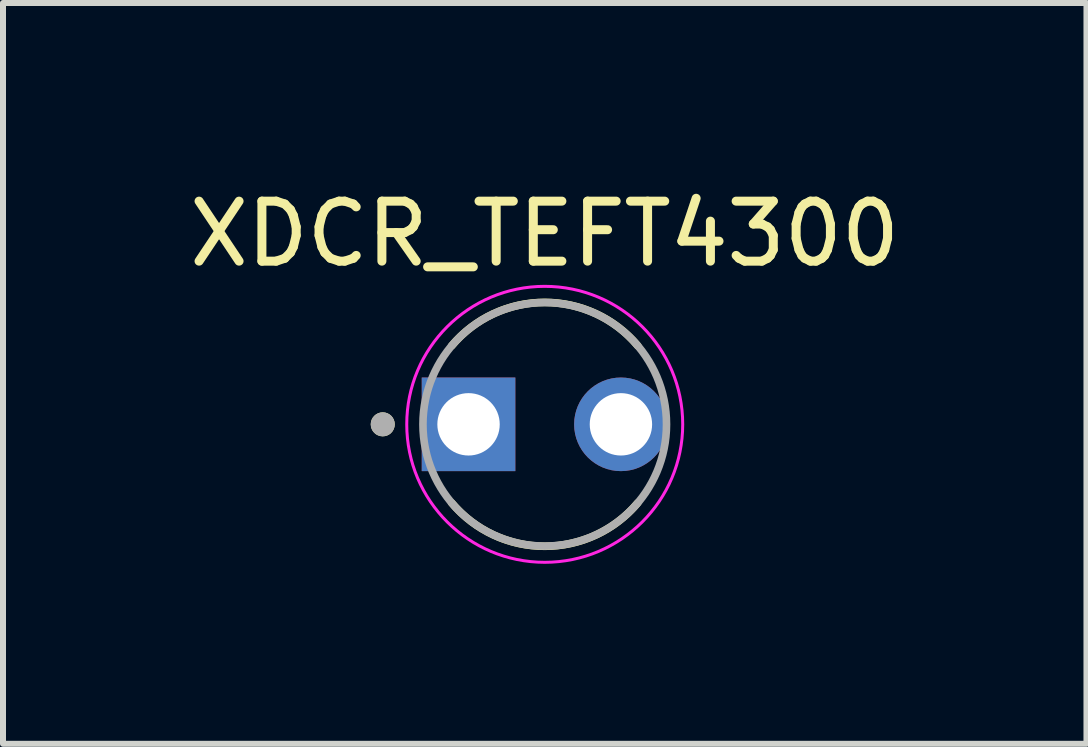
<source format=kicad_pcb>
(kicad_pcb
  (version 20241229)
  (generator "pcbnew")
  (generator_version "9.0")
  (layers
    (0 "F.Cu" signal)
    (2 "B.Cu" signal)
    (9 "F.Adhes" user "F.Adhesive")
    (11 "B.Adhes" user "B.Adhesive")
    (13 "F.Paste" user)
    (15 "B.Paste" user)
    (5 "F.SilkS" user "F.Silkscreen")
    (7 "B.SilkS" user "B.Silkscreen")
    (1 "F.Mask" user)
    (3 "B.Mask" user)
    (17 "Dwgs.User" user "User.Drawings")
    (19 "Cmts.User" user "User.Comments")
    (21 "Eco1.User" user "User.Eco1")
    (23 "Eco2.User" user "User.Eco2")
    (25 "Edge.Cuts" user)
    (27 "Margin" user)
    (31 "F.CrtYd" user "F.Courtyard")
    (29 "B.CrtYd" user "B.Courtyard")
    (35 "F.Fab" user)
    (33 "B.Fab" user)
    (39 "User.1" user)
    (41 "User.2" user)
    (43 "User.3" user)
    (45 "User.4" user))
  (footprint "XDCR_TEFT4300"
    (layer "F.Cu")
    (at 6.03 4.023)
    (property "Reference" "XDCR_TEFT4300" (at 0 -3.175 0) (layer "F.SilkS") (effects (font (size 1 1) (thickness 0.15))))
    (attr through_hole)
    (fp_arc (start -1.55 -1.310001) (mid 0 -2.032778) (end 1.55 -1.31) (stroke (width 0.127) (type solid)) (layer "F.SilkS"))
    (fp_arc (start 1.55 1.310001) (mid 0 2.032778) (end -1.55 1.31) (stroke (width 0.127) (type solid)) (layer "F.SilkS"))
    (fp_circle (center -2.7 0) (end -2.6 0) (stroke (width 0.2) (type solid)) (fill no) (layer "F.SilkS"))
    (fp_circle (center 0 0) (end 2.3 0) (stroke (width 0.05) (type solid)) (fill no) (layer "F.CrtYd"))
    (fp_circle (center -2.7 0) (end -2.6 0) (stroke (width 0.2) (type solid)) (fill no) (layer "F.Fab"))
    (fp_circle (center 0 0) (end 2.03 0) (stroke (width 0.127) (type solid)) (fill no) (layer "F.Fab"))
    (pad "C" thru_hole circle (at 1.27 0) (size 1.56 1.56) (drill 1.04) (layers "*.Cu" "*.Mask"))
    (pad "E" thru_hole rect (at -1.27 0) (size 1.56 1.56) (drill 1.04) (layers "*.Cu" "*.Mask")))
  (gr_rect
    (start -3 -3)
    (end 15.06 9.348)
    (stroke (width 0.1) (type default))
    (fill no)
    (layer "Edge.Cuts")))
</source>
